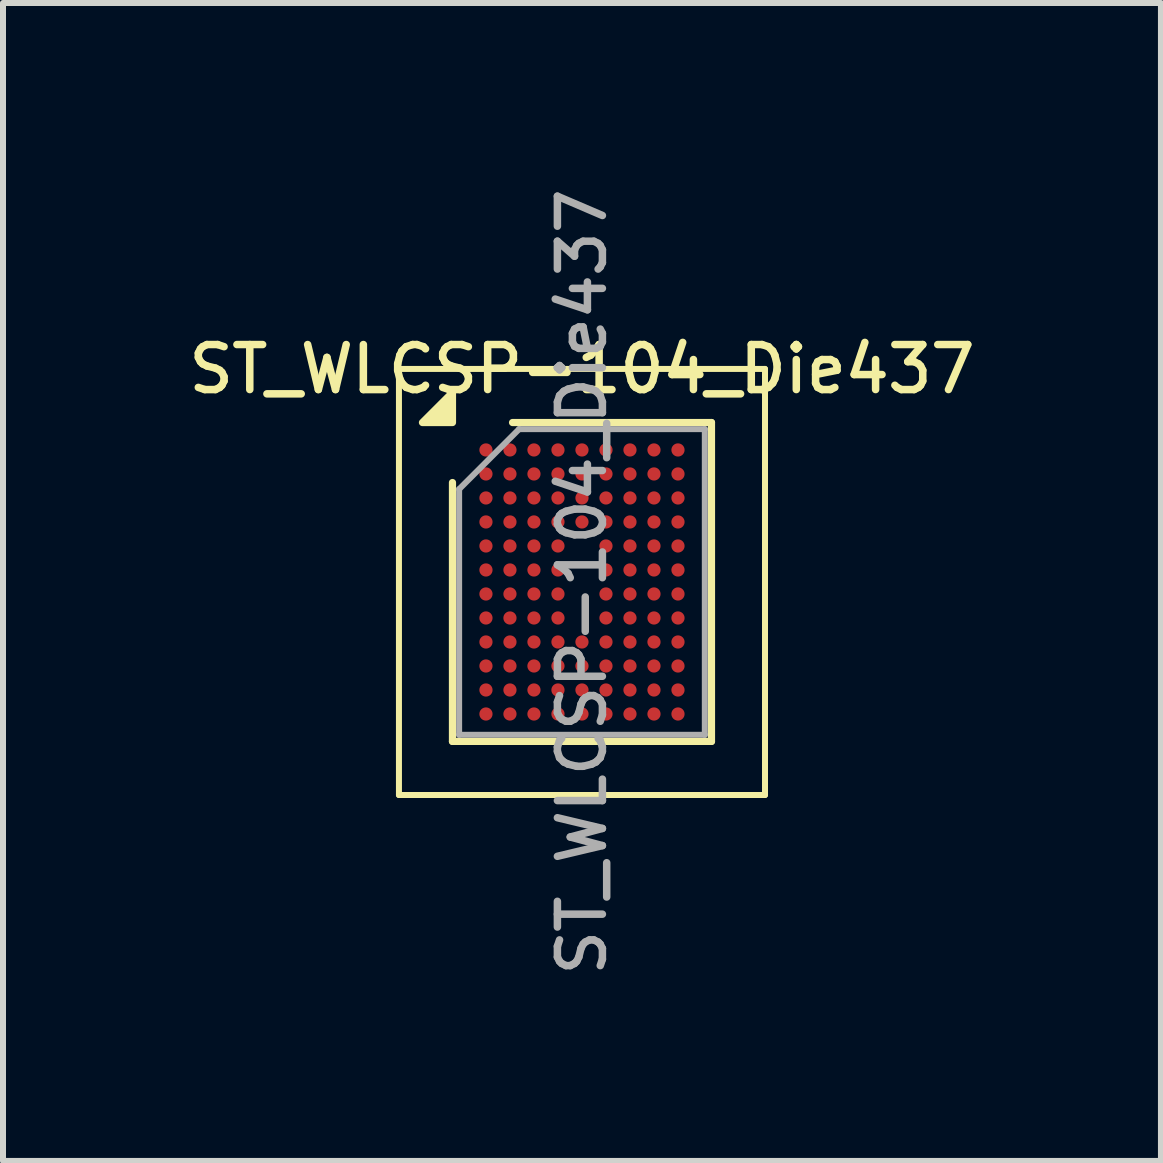
<source format=kicad_pcb>
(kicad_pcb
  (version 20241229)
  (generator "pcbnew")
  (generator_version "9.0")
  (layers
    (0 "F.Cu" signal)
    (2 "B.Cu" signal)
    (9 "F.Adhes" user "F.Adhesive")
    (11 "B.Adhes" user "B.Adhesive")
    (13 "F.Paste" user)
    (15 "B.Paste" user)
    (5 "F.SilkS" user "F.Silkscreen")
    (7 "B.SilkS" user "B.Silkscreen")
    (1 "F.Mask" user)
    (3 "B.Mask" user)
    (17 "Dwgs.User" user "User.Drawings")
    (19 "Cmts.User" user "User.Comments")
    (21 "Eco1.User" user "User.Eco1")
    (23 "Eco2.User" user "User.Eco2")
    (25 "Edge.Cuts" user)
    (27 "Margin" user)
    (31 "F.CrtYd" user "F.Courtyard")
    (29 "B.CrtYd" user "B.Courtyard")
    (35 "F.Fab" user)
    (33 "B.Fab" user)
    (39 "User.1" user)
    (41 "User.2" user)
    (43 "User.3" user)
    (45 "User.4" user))
  (footprint "ST_WLCSP-104_Die437"
    (layer "F.Cu")
    (at 6.648 6.648)
    (property "Reference" "ST_WLCSP-104_Die437" (at 0 -3.547 0) (layer "F.SilkS") (effects (font (size 0.75 0.75) (thickness 0.125))))
    (attr smd)
    (fp_line (start -3.05 -3.55) (end -3.05 3.55) (stroke (width 0.1) (type solid)) (layer "F.SilkS"))
    (fp_line (start -3.05 3.55) (end 3.05 3.55) (stroke (width 0.1) (type solid)) (layer "F.SilkS"))
    (fp_line (start -2.158 2.657) (end -2.158 -1.657) (stroke (width 0.12) (type solid)) (layer "F.SilkS"))
    (fp_line (start -1.157 -2.657) (end 2.158 -2.657) (stroke (width 0.12) (type solid)) (layer "F.SilkS"))
    (fp_line (start 2.158 -2.657) (end 2.158 2.657) (stroke (width 0.12) (type solid)) (layer "F.SilkS"))
    (fp_line (start 2.158 2.657) (end -2.158 2.657) (stroke (width 0.12) (type solid)) (layer "F.SilkS"))
    (fp_line (start 3.05 -3.55) (end -3.05 -3.55) (stroke (width 0.1) (type solid)) (layer "F.SilkS"))
    (fp_line (start 3.05 3.55) (end 3.05 -3.55) (stroke (width 0.1) (type solid)) (layer "F.SilkS"))
    (fp_poly (pts (xy -2.158 -2.657) (xy -2.658 -2.657) (xy -2.158 -3.157) (xy -2.158 -2.657)) (stroke (width 0.12) (type solid)) (fill yes) (layer "F.SilkS"))
    (fp_line (start -2.047 -1.547) (end -1.048 -2.547) (stroke (width 0.1) (type solid)) (layer "F.Fab"))
    (fp_line (start -2.047 2.547) (end -2.047 -1.547) (stroke (width 0.1) (type solid)) (layer "F.Fab"))
    (fp_line (start -1.048 -2.547) (end 2.047 -2.547) (stroke (width 0.1) (type solid)) (layer "F.Fab"))
    (fp_line (start 2.047 -2.547) (end 2.047 2.547) (stroke (width 0.1) (type solid)) (layer "F.Fab"))
    (fp_line (start 2.047 2.547) (end -2.047 2.547) (stroke (width 0.1) (type solid)) (layer "F.Fab"))
    (fp_text user "${REFERENCE}" (at 0 0 270) (layer "F.Fab") (effects (font (size 0.75 0.75) (thickness 0.125))))
    (pad "A1" smd circle (at -1.6 -2.2) (size 0.22 0.22) (property pad_prop_bga) (layers "F.Cu" "F.Mask" "F.Paste"))
    (pad "A2" smd circle (at -1.2 -2.2) (size 0.22 0.22) (property pad_prop_bga) (layers "F.Cu" "F.Mask" "F.Paste"))
    (pad "A3" smd circle (at -0.8 -2.2) (size 0.22 0.22) (property pad_prop_bga) (layers "F.Cu" "F.Mask" "F.Paste"))
    (pad "A4" smd circle (at -0.4 -2.2) (size 0.22 0.22) (property pad_prop_bga) (layers "F.Cu" "F.Mask" "F.Paste"))
    (pad "A5" smd circle (at 0 -2.2) (size 0.22 0.22) (property pad_prop_bga) (layers "F.Cu" "F.Mask" "F.Paste"))
    (pad "A6" smd circle (at 0.4 -2.2) (size 0.22 0.22) (property pad_prop_bga) (layers "F.Cu" "F.Mask" "F.Paste"))
    (pad "A7" smd circle (at 0.8 -2.2) (size 0.22 0.22) (property pad_prop_bga) (layers "F.Cu" "F.Mask" "F.Paste"))
    (pad "A8" smd circle (at 1.2 -2.2) (size 0.22 0.22) (property pad_prop_bga) (layers "F.Cu" "F.Mask" "F.Paste"))
    (pad "A9" smd circle (at 1.6 -2.2) (size 0.22 0.22) (property pad_prop_bga) (layers "F.Cu" "F.Mask" "F.Paste"))
    (pad "B1" smd circle (at -1.6 -1.8) (size 0.22 0.22) (property pad_prop_bga) (layers "F.Cu" "F.Mask" "F.Paste"))
    (pad "B2" smd circle (at -1.2 -1.8) (size 0.22 0.22) (property pad_prop_bga) (layers "F.Cu" "F.Mask" "F.Paste"))
    (pad "B3" smd circle (at -0.8 -1.8) (size 0.22 0.22) (property pad_prop_bga) (layers "F.Cu" "F.Mask" "F.Paste"))
    (pad "B4" smd circle (at -0.4 -1.8) (size 0.22 0.22) (property pad_prop_bga) (layers "F.Cu" "F.Mask" "F.Paste"))
    (pad "B5" smd circle (at 0 -1.8) (size 0.22 0.22) (property pad_prop_bga) (layers "F.Cu" "F.Mask" "F.Paste"))
    (pad "B6" smd circle (at 0.4 -1.8) (size 0.22 0.22) (property pad_prop_bga) (layers "F.Cu" "F.Mask" "F.Paste"))
    (pad "B7" smd circle (at 0.8 -1.8) (size 0.22 0.22) (property pad_prop_bga) (layers "F.Cu" "F.Mask" "F.Paste"))
    (pad "B8" smd circle (at 1.2 -1.8) (size 0.22 0.22) (property pad_prop_bga) (layers "F.Cu" "F.Mask" "F.Paste"))
    (pad "B9" smd circle (at 1.6 -1.8) (size 0.22 0.22) (property pad_prop_bga) (layers "F.Cu" "F.Mask" "F.Paste"))
    (pad "C1" smd circle (at -1.6 -1.4) (size 0.22 0.22) (property pad_prop_bga) (layers "F.Cu" "F.Mask" "F.Paste"))
    (pad "C2" smd circle (at -1.2 -1.4) (size 0.22 0.22) (property pad_prop_bga) (layers "F.Cu" "F.Mask" "F.Paste"))
    (pad "C3" smd circle (at -0.8 -1.4) (size 0.22 0.22) (property pad_prop_bga) (layers "F.Cu" "F.Mask" "F.Paste"))
    (pad "C4" smd circle (at -0.4 -1.4) (size 0.22 0.22) (property pad_prop_bga) (layers "F.Cu" "F.Mask" "F.Paste"))
    (pad "C5" smd circle (at 0 -1.4) (size 0.22 0.22) (property pad_prop_bga) (layers "F.Cu" "F.Mask" "F.Paste"))
    (pad "C6" smd circle (at 0.4 -1.4) (size 0.22 0.22) (property pad_prop_bga) (layers "F.Cu" "F.Mask" "F.Paste"))
    (pad "C7" smd circle (at 0.8 -1.4) (size 0.22 0.22) (property pad_prop_bga) (layers "F.Cu" "F.Mask" "F.Paste"))
    (pad "C8" smd circle (at 1.2 -1.4) (size 0.22 0.22) (property pad_prop_bga) (layers "F.Cu" "F.Mask" "F.Paste"))
    (pad "C9" smd circle (at 1.6 -1.4) (size 0.22 0.22) (property pad_prop_bga) (layers "F.Cu" "F.Mask" "F.Paste"))
    (pad "D1" smd circle (at -1.6 -1) (size 0.22 0.22) (property pad_prop_bga) (layers "F.Cu" "F.Mask" "F.Paste"))
    (pad "D2" smd circle (at -1.2 -1) (size 0.22 0.22) (property pad_prop_bga) (layers "F.Cu" "F.Mask" "F.Paste"))
    (pad "D3" smd circle (at -0.8 -1) (size 0.22 0.22) (property pad_prop_bga) (layers "F.Cu" "F.Mask" "F.Paste"))
    (pad "D4" smd circle (at -0.4 -1) (size 0.22 0.22) (property pad_prop_bga) (layers "F.Cu" "F.Mask" "F.Paste"))
    (pad "D5" smd circle (at 0 -1) (size 0.22 0.22) (property pad_prop_bga) (layers "F.Cu" "F.Mask" "F.Paste"))
    (pad "D6" smd circle (at 0.4 -1) (size 0.22 0.22) (property pad_prop_bga) (layers "F.Cu" "F.Mask" "F.Paste"))
    (pad "D7" smd circle (at 0.8 -1) (size 0.22 0.22) (property pad_prop_bga) (layers "F.Cu" "F.Mask" "F.Paste"))
    (pad "D8" smd circle (at 1.2 -1) (size 0.22 0.22) (property pad_prop_bga) (layers "F.Cu" "F.Mask" "F.Paste"))
    (pad "D9" smd circle (at 1.6 -1) (size 0.22 0.22) (property pad_prop_bga) (layers "F.Cu" "F.Mask" "F.Paste"))
    (pad "E1" smd circle (at -1.6 -0.6) (size 0.22 0.22) (property pad_prop_bga) (layers "F.Cu" "F.Mask" "F.Paste"))
    (pad "E2" smd circle (at -1.2 -0.6) (size 0.22 0.22) (property pad_prop_bga) (layers "F.Cu" "F.Mask" "F.Paste"))
    (pad "E3" smd circle (at -0.8 -0.6) (size 0.22 0.22) (property pad_prop_bga) (layers "F.Cu" "F.Mask" "F.Paste"))
    (pad "E4" smd circle (at -0.4 -0.6) (size 0.22 0.22) (property pad_prop_bga) (layers "F.Cu" "F.Mask" "F.Paste"))
    (pad "E6" smd circle (at 0.4 -0.6) (size 0.22 0.22) (property pad_prop_bga) (layers "F.Cu" "F.Mask" "F.Paste"))
    (pad "E7" smd circle (at 0.8 -0.6) (size 0.22 0.22) (property pad_prop_bga) (layers "F.Cu" "F.Mask" "F.Paste"))
    (pad "E8" smd circle (at 1.2 -0.6) (size 0.22 0.22) (property pad_prop_bga) (layers "F.Cu" "F.Mask" "F.Paste"))
    (pad "E9" smd circle (at 1.6 -0.6) (size 0.22 0.22) (property pad_prop_bga) (layers "F.Cu" "F.Mask" "F.Paste"))
    (pad "F1" smd circle (at -1.6 -0.2) (size 0.22 0.22) (property pad_prop_bga) (layers "F.Cu" "F.Mask" "F.Paste"))
    (pad "F2" smd circle (at -1.2 -0.2) (size 0.22 0.22) (property pad_prop_bga) (layers "F.Cu" "F.Mask" "F.Paste"))
    (pad "F3" smd circle (at -0.8 -0.2) (size 0.22 0.22) (property pad_prop_bga) (layers "F.Cu" "F.Mask" "F.Paste"))
    (pad "F4" smd circle (at -0.4 -0.2) (size 0.22 0.22) (property pad_prop_bga) (layers "F.Cu" "F.Mask" "F.Paste"))
    (pad "F6" smd circle (at 0.4 -0.2) (size 0.22 0.22) (property pad_prop_bga) (layers "F.Cu" "F.Mask" "F.Paste"))
    (pad "F7" smd circle (at 0.8 -0.2) (size 0.22 0.22) (property pad_prop_bga) (layers "F.Cu" "F.Mask" "F.Paste"))
    (pad "F8" smd circle (at 1.2 -0.2) (size 0.22 0.22) (property pad_prop_bga) (layers "F.Cu" "F.Mask" "F.Paste"))
    (pad "F9" smd circle (at 1.6 -0.2) (size 0.22 0.22) (property pad_prop_bga) (layers "F.Cu" "F.Mask" "F.Paste"))
    (pad "G1" smd circle (at -1.6 0.2) (size 0.22 0.22) (property pad_prop_bga) (layers "F.Cu" "F.Mask" "F.Paste"))
    (pad "G2" smd circle (at -1.2 0.2) (size 0.22 0.22) (property pad_prop_bga) (layers "F.Cu" "F.Mask" "F.Paste"))
    (pad "G3" smd circle (at -0.8 0.2) (size 0.22 0.22) (property pad_prop_bga) (layers "F.Cu" "F.Mask" "F.Paste"))
    (pad "G4" smd circle (at -0.4 0.2) (size 0.22 0.22) (property pad_prop_bga) (layers "F.Cu" "F.Mask" "F.Paste"))
    (pad "G6" smd circle (at 0.4 0.2) (size 0.22 0.22) (property pad_prop_bga) (layers "F.Cu" "F.Mask" "F.Paste"))
    (pad "G7" smd circle (at 0.8 0.2) (size 0.22 0.22) (property pad_prop_bga) (layers "F.Cu" "F.Mask" "F.Paste"))
    (pad "G8" smd circle (at 1.2 0.2) (size 0.22 0.22) (property pad_prop_bga) (layers "F.Cu" "F.Mask" "F.Paste"))
    (pad "G9" smd circle (at 1.6 0.2) (size 0.22 0.22) (property pad_prop_bga) (layers "F.Cu" "F.Mask" "F.Paste"))
    (pad "H1" smd circle (at -1.6 0.6) (size 0.22 0.22) (property pad_prop_bga) (layers "F.Cu" "F.Mask" "F.Paste"))
    (pad "H2" smd circle (at -1.2 0.6) (size 0.22 0.22) (property pad_prop_bga) (layers "F.Cu" "F.Mask" "F.Paste"))
    (pad "H3" smd circle (at -0.8 0.6) (size 0.22 0.22) (property pad_prop_bga) (layers "F.Cu" "F.Mask" "F.Paste"))
    (pad "H4" smd circle (at -0.4 0.6) (size 0.22 0.22) (property pad_prop_bga) (layers "F.Cu" "F.Mask" "F.Paste"))
    (pad "H6" smd circle (at 0.4 0.6) (size 0.22 0.22) (property pad_prop_bga) (layers "F.Cu" "F.Mask" "F.Paste"))
    (pad "H7" smd circle (at 0.8 0.6) (size 0.22 0.22) (property pad_prop_bga) (layers "F.Cu" "F.Mask" "F.Paste"))
    (pad "H8" smd circle (at 1.2 0.6) (size 0.22 0.22) (property pad_prop_bga) (layers "F.Cu" "F.Mask" "F.Paste"))
    (pad "H9" smd circle (at 1.6 0.6) (size 0.22 0.22) (property pad_prop_bga) (layers "F.Cu" "F.Mask" "F.Paste"))
    (pad "J1" smd circle (at -1.6 1) (size 0.22 0.22) (property pad_prop_bga) (layers "F.Cu" "F.Mask" "F.Paste"))
    (pad "J2" smd circle (at -1.2 1) (size 0.22 0.22) (property pad_prop_bga) (layers "F.Cu" "F.Mask" "F.Paste"))
    (pad "J3" smd circle (at -0.8 1) (size 0.22 0.22) (property pad_prop_bga) (layers "F.Cu" "F.Mask" "F.Paste"))
    (pad "J4" smd circle (at -0.4 1) (size 0.22 0.22) (property pad_prop_bga) (layers "F.Cu" "F.Mask" "F.Paste"))
    (pad "J5" smd circle (at 0 1) (size 0.22 0.22) (property pad_prop_bga) (layers "F.Cu" "F.Mask" "F.Paste"))
    (pad "J6" smd circle (at 0.4 1) (size 0.22 0.22) (property pad_prop_bga) (layers "F.Cu" "F.Mask" "F.Paste"))
    (pad "J7" smd circle (at 0.8 1) (size 0.22 0.22) (property pad_prop_bga) (layers "F.Cu" "F.Mask" "F.Paste"))
    (pad "J8" smd circle (at 1.2 1) (size 0.22 0.22) (property pad_prop_bga) (layers "F.Cu" "F.Mask" "F.Paste"))
    (pad "J9" smd circle (at 1.6 1) (size 0.22 0.22) (property pad_prop_bga) (layers "F.Cu" "F.Mask" "F.Paste"))
    (pad "K1" smd circle (at -1.6 1.4) (size 0.22 0.22) (property pad_prop_bga) (layers "F.Cu" "F.Mask" "F.Paste"))
    (pad "K2" smd circle (at -1.2 1.4) (size 0.22 0.22) (property pad_prop_bga) (layers "F.Cu" "F.Mask" "F.Paste"))
    (pad "K3" smd circle (at -0.8 1.4) (size 0.22 0.22) (property pad_prop_bga) (layers "F.Cu" "F.Mask" "F.Paste"))
    (pad "K4" smd circle (at -0.4 1.4) (size 0.22 0.22) (property pad_prop_bga) (layers "F.Cu" "F.Mask" "F.Paste"))
    (pad "K5" smd circle (at 0 1.4) (size 0.22 0.22) (property pad_prop_bga) (layers "F.Cu" "F.Mask" "F.Paste"))
    (pad "K6" smd circle (at 0.4 1.4) (size 0.22 0.22) (property pad_prop_bga) (layers "F.Cu" "F.Mask" "F.Paste"))
    (pad "K7" smd circle (at 0.8 1.4) (size 0.22 0.22) (property pad_prop_bga) (layers "F.Cu" "F.Mask" "F.Paste"))
    (pad "K8" smd circle (at 1.2 1.4) (size 0.22 0.22) (property pad_prop_bga) (layers "F.Cu" "F.Mask" "F.Paste"))
    (pad "K9" smd circle (at 1.6 1.4) (size 0.22 0.22) (property pad_prop_bga) (layers "F.Cu" "F.Mask" "F.Paste"))
    (pad "L1" smd circle (at -1.6 1.8) (size 0.22 0.22) (property pad_prop_bga) (layers "F.Cu" "F.Mask" "F.Paste"))
    (pad "L2" smd circle (at -1.2 1.8) (size 0.22 0.22) (property pad_prop_bga) (layers "F.Cu" "F.Mask" "F.Paste"))
    (pad "L3" smd circle (at -0.8 1.8) (size 0.22 0.22) (property pad_prop_bga) (layers "F.Cu" "F.Mask" "F.Paste"))
    (pad "L4" smd circle (at -0.4 1.8) (size 0.22 0.22) (property pad_prop_bga) (layers "F.Cu" "F.Mask" "F.Paste"))
    (pad "L5" smd circle (at 0 1.8) (size 0.22 0.22) (property pad_prop_bga) (layers "F.Cu" "F.Mask" "F.Paste"))
    (pad "L6" smd circle (at 0.4 1.8) (size 0.22 0.22) (property pad_prop_bga) (layers "F.Cu" "F.Mask" "F.Paste"))
    (pad "L7" smd circle (at 0.8 1.8) (size 0.22 0.22) (property pad_prop_bga) (layers "F.Cu" "F.Mask" "F.Paste"))
    (pad "L8" smd circle (at 1.2 1.8) (size 0.22 0.22) (property pad_prop_bga) (layers "F.Cu" "F.Mask" "F.Paste"))
    (pad "L9" smd circle (at 1.6 1.8) (size 0.22 0.22) (property pad_prop_bga) (layers "F.Cu" "F.Mask" "F.Paste"))
    (pad "M1" smd circle (at -1.6 2.2) (size 0.22 0.22) (property pad_prop_bga) (layers "F.Cu" "F.Mask" "F.Paste"))
    (pad "M2" smd circle (at -1.2 2.2) (size 0.22 0.22) (property pad_prop_bga) (layers "F.Cu" "F.Mask" "F.Paste"))
    (pad "M3" smd circle (at -0.8 2.2) (size 0.22 0.22) (property pad_prop_bga) (layers "F.Cu" "F.Mask" "F.Paste"))
    (pad "M4" smd circle (at -0.4 2.2) (size 0.22 0.22) (property pad_prop_bga) (layers "F.Cu" "F.Mask" "F.Paste"))
    (pad "M5" smd circle (at 0 2.2) (size 0.22 0.22) (property pad_prop_bga) (layers "F.Cu" "F.Mask" "F.Paste"))
    (pad "M6" smd circle (at 0.4 2.2) (size 0.22 0.22) (property pad_prop_bga) (layers "F.Cu" "F.Mask" "F.Paste"))
    (pad "M7" smd circle (at 0.8 2.2) (size 0.22 0.22) (property pad_prop_bga) (layers "F.Cu" "F.Mask" "F.Paste"))
    (pad "M8" smd circle (at 1.2 2.2) (size 0.22 0.22) (property pad_prop_bga) (layers "F.Cu" "F.Mask" "F.Paste"))
    (pad "M9" smd circle (at 1.6 2.2) (size 0.22 0.22) (property pad_prop_bga) (layers "F.Cu" "F.Mask" "F.Paste")))
  (gr_rect
    (start -3 -3)
    (end 16.296 16.296)
    (stroke (width 0.1) (type default))
    (fill no)
    (layer "Edge.Cuts")))
</source>
